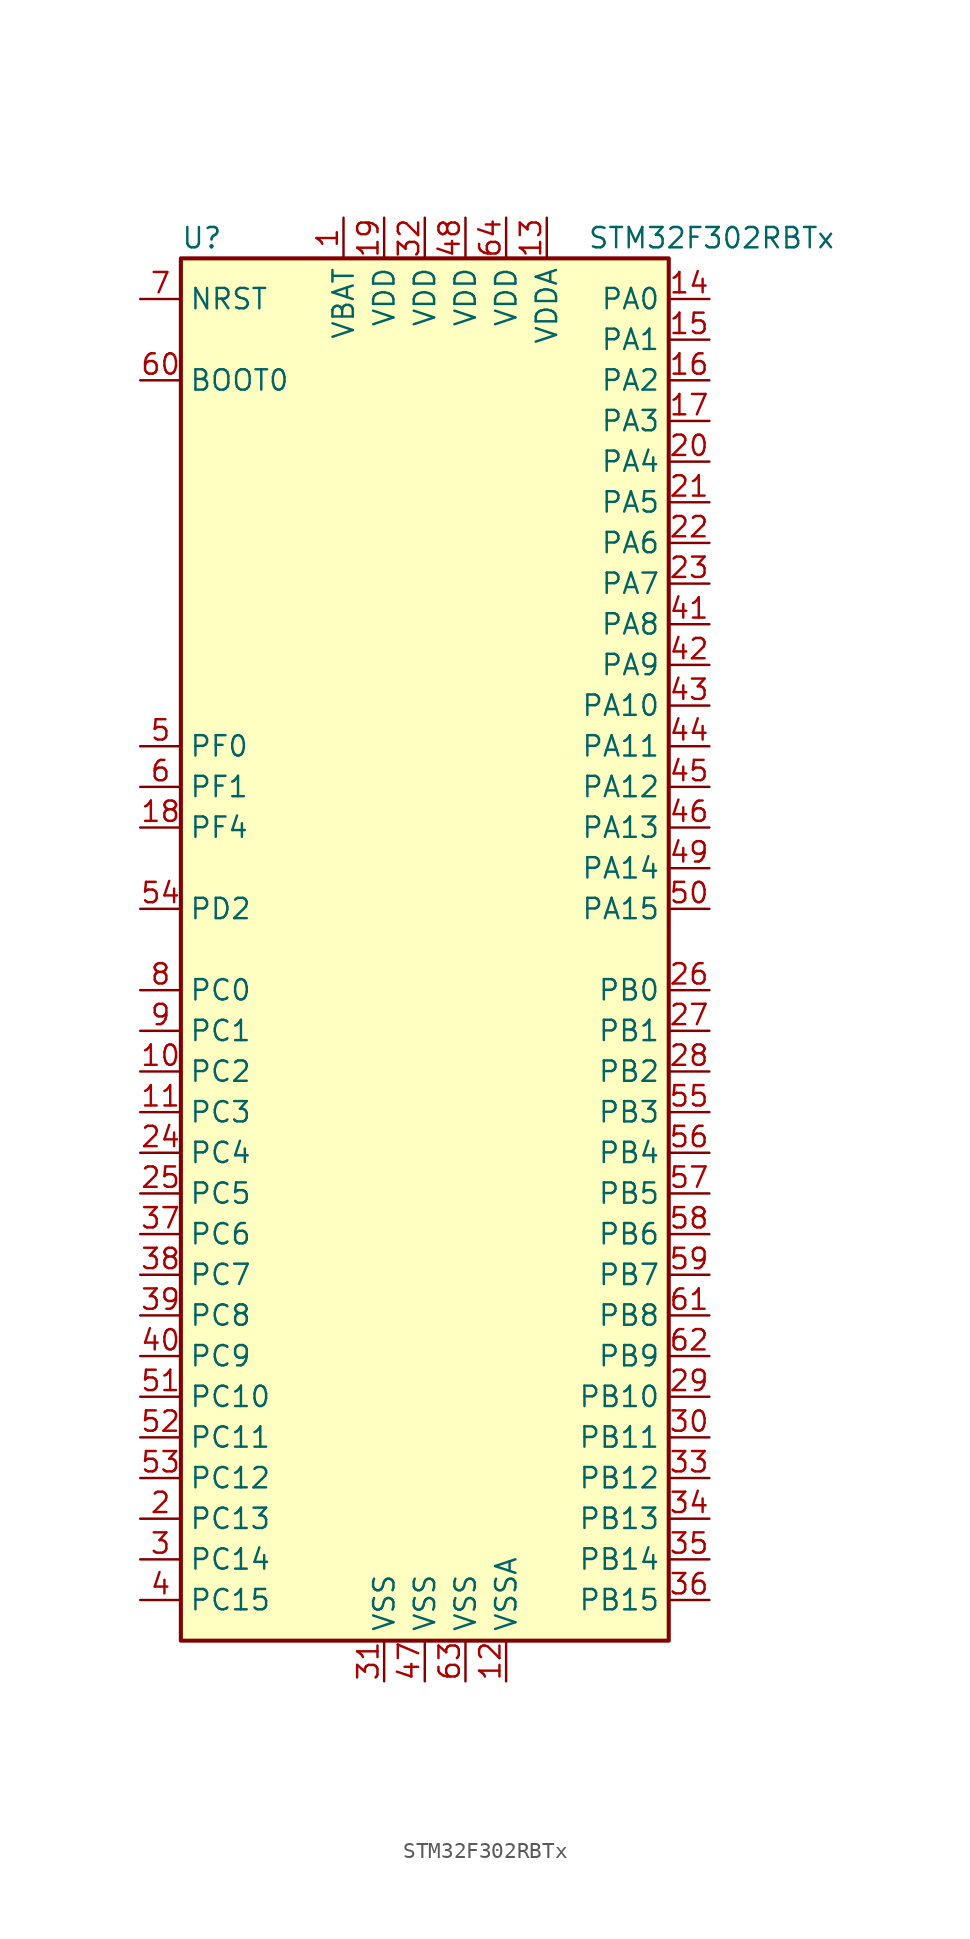
<source format=kicad_sym>
(kicad_symbol_lib
  (version 20201005)
  (generator kicad_symbol_editor)
  (symbol "MCU_ST_STM32F3:STM32F302RBTx"
    (property "Reference" "U"
      (at -15.24 44.45 0)
      (effects (font (size 1.27 1.27)) (justify left)))
    (property "Value" "STM32F302RBTx"
      (at 10.16 44.45 0)
      (effects (font (size 1.27 1.27)) (justify left)))
    (symbol "STM32F302RBTx_0_1"
      (rectangle (start -15.24 -43.18) (end 15.24 43.18) (stroke (width 0.254)) (fill (type background))))
    (symbol "STM32F302RBTx_1_1"
      (pin input line (at -17.78 35.56 0) (length 2.54) (name "BOOT0" (effects (font (size 1.27 1.27)))) (number "60" (effects (font (size 1.27 1.27)))))
      (pin input line (at -17.78 40.64 0) (length 2.54) (name "NRST" (effects (font (size 1.27 1.27)))) (number "7" (effects (font (size 1.27 1.27)))))
      (pin bidirectional line (at 17.78 40.64 180) (length 2.54) (name "PA0" (effects (font (size 1.27 1.27)))) (number "14" (effects (font (size 1.27 1.27)))))
      (pin bidirectional line (at 17.78 38.1 180) (length 2.54) (name "PA1" (effects (font (size 1.27 1.27)))) (number "15" (effects (font (size 1.27 1.27)))))
      (pin bidirectional line (at 17.78 15.24 180) (length 2.54) (name "PA10" (effects (font (size 1.27 1.27)))) (number "43" (effects (font (size 1.27 1.27)))))
      (pin bidirectional line (at 17.78 12.7 180) (length 2.54) (name "PA11" (effects (font (size 1.27 1.27)))) (number "44" (effects (font (size 1.27 1.27)))))
      (pin bidirectional line (at 17.78 10.16 180) (length 2.54) (name "PA12" (effects (font (size 1.27 1.27)))) (number "45" (effects (font (size 1.27 1.27)))))
      (pin bidirectional line (at 17.78 7.62 180) (length 2.54) (name "PA13" (effects (font (size 1.27 1.27)))) (number "46" (effects (font (size 1.27 1.27)))))
      (pin bidirectional line (at 17.78 5.08 180) (length 2.54) (name "PA14" (effects (font (size 1.27 1.27)))) (number "49" (effects (font (size 1.27 1.27)))))
      (pin bidirectional line (at 17.78 2.54 180) (length 2.54) (name "PA15" (effects (font (size 1.27 1.27)))) (number "50" (effects (font (size 1.27 1.27)))))
      (pin bidirectional line (at 17.78 35.56 180) (length 2.54) (name "PA2" (effects (font (size 1.27 1.27)))) (number "16" (effects (font (size 1.27 1.27)))))
      (pin bidirectional line (at 17.78 33.02 180) (length 2.54) (name "PA3" (effects (font (size 1.27 1.27)))) (number "17" (effects (font (size 1.27 1.27)))))
      (pin bidirectional line (at 17.78 30.48 180) (length 2.54) (name "PA4" (effects (font (size 1.27 1.27)))) (number "20" (effects (font (size 1.27 1.27)))))
      (pin bidirectional line (at 17.78 27.94 180) (length 2.54) (name "PA5" (effects (font (size 1.27 1.27)))) (number "21" (effects (font (size 1.27 1.27)))))
      (pin bidirectional line (at 17.78 25.4 180) (length 2.54) (name "PA6" (effects (font (size 1.27 1.27)))) (number "22" (effects (font (size 1.27 1.27)))))
      (pin bidirectional line (at 17.78 22.86 180) (length 2.54) (name "PA7" (effects (font (size 1.27 1.27)))) (number "23" (effects (font (size 1.27 1.27)))))
      (pin bidirectional line (at 17.78 20.32 180) (length 2.54) (name "PA8" (effects (font (size 1.27 1.27)))) (number "41" (effects (font (size 1.27 1.27)))))
      (pin bidirectional line (at 17.78 17.78 180) (length 2.54) (name "PA9" (effects (font (size 1.27 1.27)))) (number "42" (effects (font (size 1.27 1.27)))))
      (pin bidirectional line (at 17.78 -2.54 180) (length 2.54) (name "PB0" (effects (font (size 1.27 1.27)))) (number "26" (effects (font (size 1.27 1.27)))))
      (pin bidirectional line (at 17.78 -5.08 180) (length 2.54) (name "PB1" (effects (font (size 1.27 1.27)))) (number "27" (effects (font (size 1.27 1.27)))))
      (pin bidirectional line (at 17.78 -27.94 180) (length 2.54) (name "PB10" (effects (font (size 1.27 1.27)))) (number "29" (effects (font (size 1.27 1.27)))))
      (pin bidirectional line (at 17.78 -30.48 180) (length 2.54) (name "PB11" (effects (font (size 1.27 1.27)))) (number "30" (effects (font (size 1.27 1.27)))))
      (pin bidirectional line (at 17.78 -33.02 180) (length 2.54) (name "PB12" (effects (font (size 1.27 1.27)))) (number "33" (effects (font (size 1.27 1.27)))))
      (pin bidirectional line (at 17.78 -35.56 180) (length 2.54) (name "PB13" (effects (font (size 1.27 1.27)))) (number "34" (effects (font (size 1.27 1.27)))))
      (pin bidirectional line (at 17.78 -38.1 180) (length 2.54) (name "PB14" (effects (font (size 1.27 1.27)))) (number "35" (effects (font (size 1.27 1.27)))))
      (pin bidirectional line (at 17.78 -40.64 180) (length 2.54) (name "PB15" (effects (font (size 1.27 1.27)))) (number "36" (effects (font (size 1.27 1.27)))))
      (pin bidirectional line (at 17.78 -7.62 180) (length 2.54) (name "PB2" (effects (font (size 1.27 1.27)))) (number "28" (effects (font (size 1.27 1.27)))))
      (pin bidirectional line (at 17.78 -10.16 180) (length 2.54) (name "PB3" (effects (font (size 1.27 1.27)))) (number "55" (effects (font (size 1.27 1.27)))))
      (pin bidirectional line (at 17.78 -12.7 180) (length 2.54) (name "PB4" (effects (font (size 1.27 1.27)))) (number "56" (effects (font (size 1.27 1.27)))))
      (pin bidirectional line (at 17.78 -15.24 180) (length 2.54) (name "PB5" (effects (font (size 1.27 1.27)))) (number "57" (effects (font (size 1.27 1.27)))))
      (pin bidirectional line (at 17.78 -17.78 180) (length 2.54) (name "PB6" (effects (font (size 1.27 1.27)))) (number "58" (effects (font (size 1.27 1.27)))))
      (pin bidirectional line (at 17.78 -20.32 180) (length 2.54) (name "PB7" (effects (font (size 1.27 1.27)))) (number "59" (effects (font (size 1.27 1.27)))))
      (pin bidirectional line (at 17.78 -22.86 180) (length 2.54) (name "PB8" (effects (font (size 1.27 1.27)))) (number "61" (effects (font (size 1.27 1.27)))))
      (pin bidirectional line (at 17.78 -25.4 180) (length 2.54) (name "PB9" (effects (font (size 1.27 1.27)))) (number "62" (effects (font (size 1.27 1.27)))))
      (pin bidirectional line (at -17.78 -2.54 0) (length 2.54) (name "PC0" (effects (font (size 1.27 1.27)))) (number "8" (effects (font (size 1.27 1.27)))))
      (pin bidirectional line (at -17.78 -5.08 0) (length 2.54) (name "PC1" (effects (font (size 1.27 1.27)))) (number "9" (effects (font (size 1.27 1.27)))))
      (pin bidirectional line (at -17.78 -27.94 0) (length 2.54) (name "PC10" (effects (font (size 1.27 1.27)))) (number "51" (effects (font (size 1.27 1.27)))))
      (pin bidirectional line (at -17.78 -30.48 0) (length 2.54) (name "PC11" (effects (font (size 1.27 1.27)))) (number "52" (effects (font (size 1.27 1.27)))))
      (pin bidirectional line (at -17.78 -33.02 0) (length 2.54) (name "PC12" (effects (font (size 1.27 1.27)))) (number "53" (effects (font (size 1.27 1.27)))))
      (pin bidirectional line (at -17.78 -35.56 0) (length 2.54) (name "PC13" (effects (font (size 1.27 1.27)))) (number "2" (effects (font (size 1.27 1.27)))))
      (pin bidirectional line (at -17.78 -38.1 0) (length 2.54) (name "PC14" (effects (font (size 1.27 1.27)))) (number "3" (effects (font (size 1.27 1.27)))))
      (pin bidirectional line (at -17.78 -40.64 0) (length 2.54) (name "PC15" (effects (font (size 1.27 1.27)))) (number "4" (effects (font (size 1.27 1.27)))))
      (pin bidirectional line (at -17.78 -7.62 0) (length 2.54) (name "PC2" (effects (font (size 1.27 1.27)))) (number "10" (effects (font (size 1.27 1.27)))))
      (pin bidirectional line (at -17.78 -10.16 0) (length 2.54) (name "PC3" (effects (font (size 1.27 1.27)))) (number "11" (effects (font (size 1.27 1.27)))))
      (pin bidirectional line (at -17.78 -12.7 0) (length 2.54) (name "PC4" (effects (font (size 1.27 1.27)))) (number "24" (effects (font (size 1.27 1.27)))))
      (pin bidirectional line (at -17.78 -15.24 0) (length 2.54) (name "PC5" (effects (font (size 1.27 1.27)))) (number "25" (effects (font (size 1.27 1.27)))))
      (pin bidirectional line (at -17.78 -17.78 0) (length 2.54) (name "PC6" (effects (font (size 1.27 1.27)))) (number "37" (effects (font (size 1.27 1.27)))))
      (pin bidirectional line (at -17.78 -20.32 0) (length 2.54) (name "PC7" (effects (font (size 1.27 1.27)))) (number "38" (effects (font (size 1.27 1.27)))))
      (pin bidirectional line (at -17.78 -22.86 0) (length 2.54) (name "PC8" (effects (font (size 1.27 1.27)))) (number "39" (effects (font (size 1.27 1.27)))))
      (pin bidirectional line (at -17.78 -25.4 0) (length 2.54) (name "PC9" (effects (font (size 1.27 1.27)))) (number "40" (effects (font (size 1.27 1.27)))))
      (pin bidirectional line (at -17.78 2.54 0) (length 2.54) (name "PD2" (effects (font (size 1.27 1.27)))) (number "54" (effects (font (size 1.27 1.27)))))
      (pin input line (at -17.78 12.7 0) (length 2.54) (name "PF0" (effects (font (size 1.27 1.27)))) (number "5" (effects (font (size 1.27 1.27)))))
      (pin input line (at -17.78 10.16 0) (length 2.54) (name "PF1" (effects (font (size 1.27 1.27)))) (number "6" (effects (font (size 1.27 1.27)))))
      (pin bidirectional line (at -17.78 7.62 0) (length 2.54) (name "PF4" (effects (font (size 1.27 1.27)))) (number "18" (effects (font (size 1.27 1.27)))))
      (pin power_in line (at -5.08 45.72 270) (length 2.54) (name "VBAT" (effects (font (size 1.27 1.27)))) (number "1" (effects (font (size 1.27 1.27)))))
      (pin power_in line (at -2.54 45.72 270) (length 2.54) (name "VDD" (effects (font (size 1.27 1.27)))) (number "19" (effects (font (size 1.27 1.27)))))
      (pin power_in line (at 0 45.72 270) (length 2.54) (name "VDD" (effects (font (size 1.27 1.27)))) (number "32" (effects (font (size 1.27 1.27)))))
      (pin power_in line (at 2.54 45.72 270) (length 2.54) (name "VDD" (effects (font (size 1.27 1.27)))) (number "48" (effects (font (size 1.27 1.27)))))
      (pin power_in line (at 5.08 45.72 270) (length 2.54) (name "VDD" (effects (font (size 1.27 1.27)))) (number "64" (effects (font (size 1.27 1.27)))))
      (pin power_in line (at 7.62 45.72 270) (length 2.54) (name "VDDA" (effects (font (size 1.27 1.27)))) (number "13" (effects (font (size 1.27 1.27)))))
      (pin power_in line (at -2.54 -45.72 90) (length 2.54) (name "VSS" (effects (font (size 1.27 1.27)))) (number "31" (effects (font (size 1.27 1.27)))))
      (pin power_in line (at 0 -45.72 90) (length 2.54) (name "VSS" (effects (font (size 1.27 1.27)))) (number "47" (effects (font (size 1.27 1.27)))))
      (pin power_in line (at 2.54 -45.72 90) (length 2.54) (name "VSS" (effects (font (size 1.27 1.27)))) (number "63" (effects (font (size 1.27 1.27)))))
      (pin power_in line (at 5.08 -45.72 90) (length 2.54) (name "VSSA" (effects (font (size 1.27 1.27)))) (number "12" (effects (font (size 1.27 1.27))))))))
</source>
